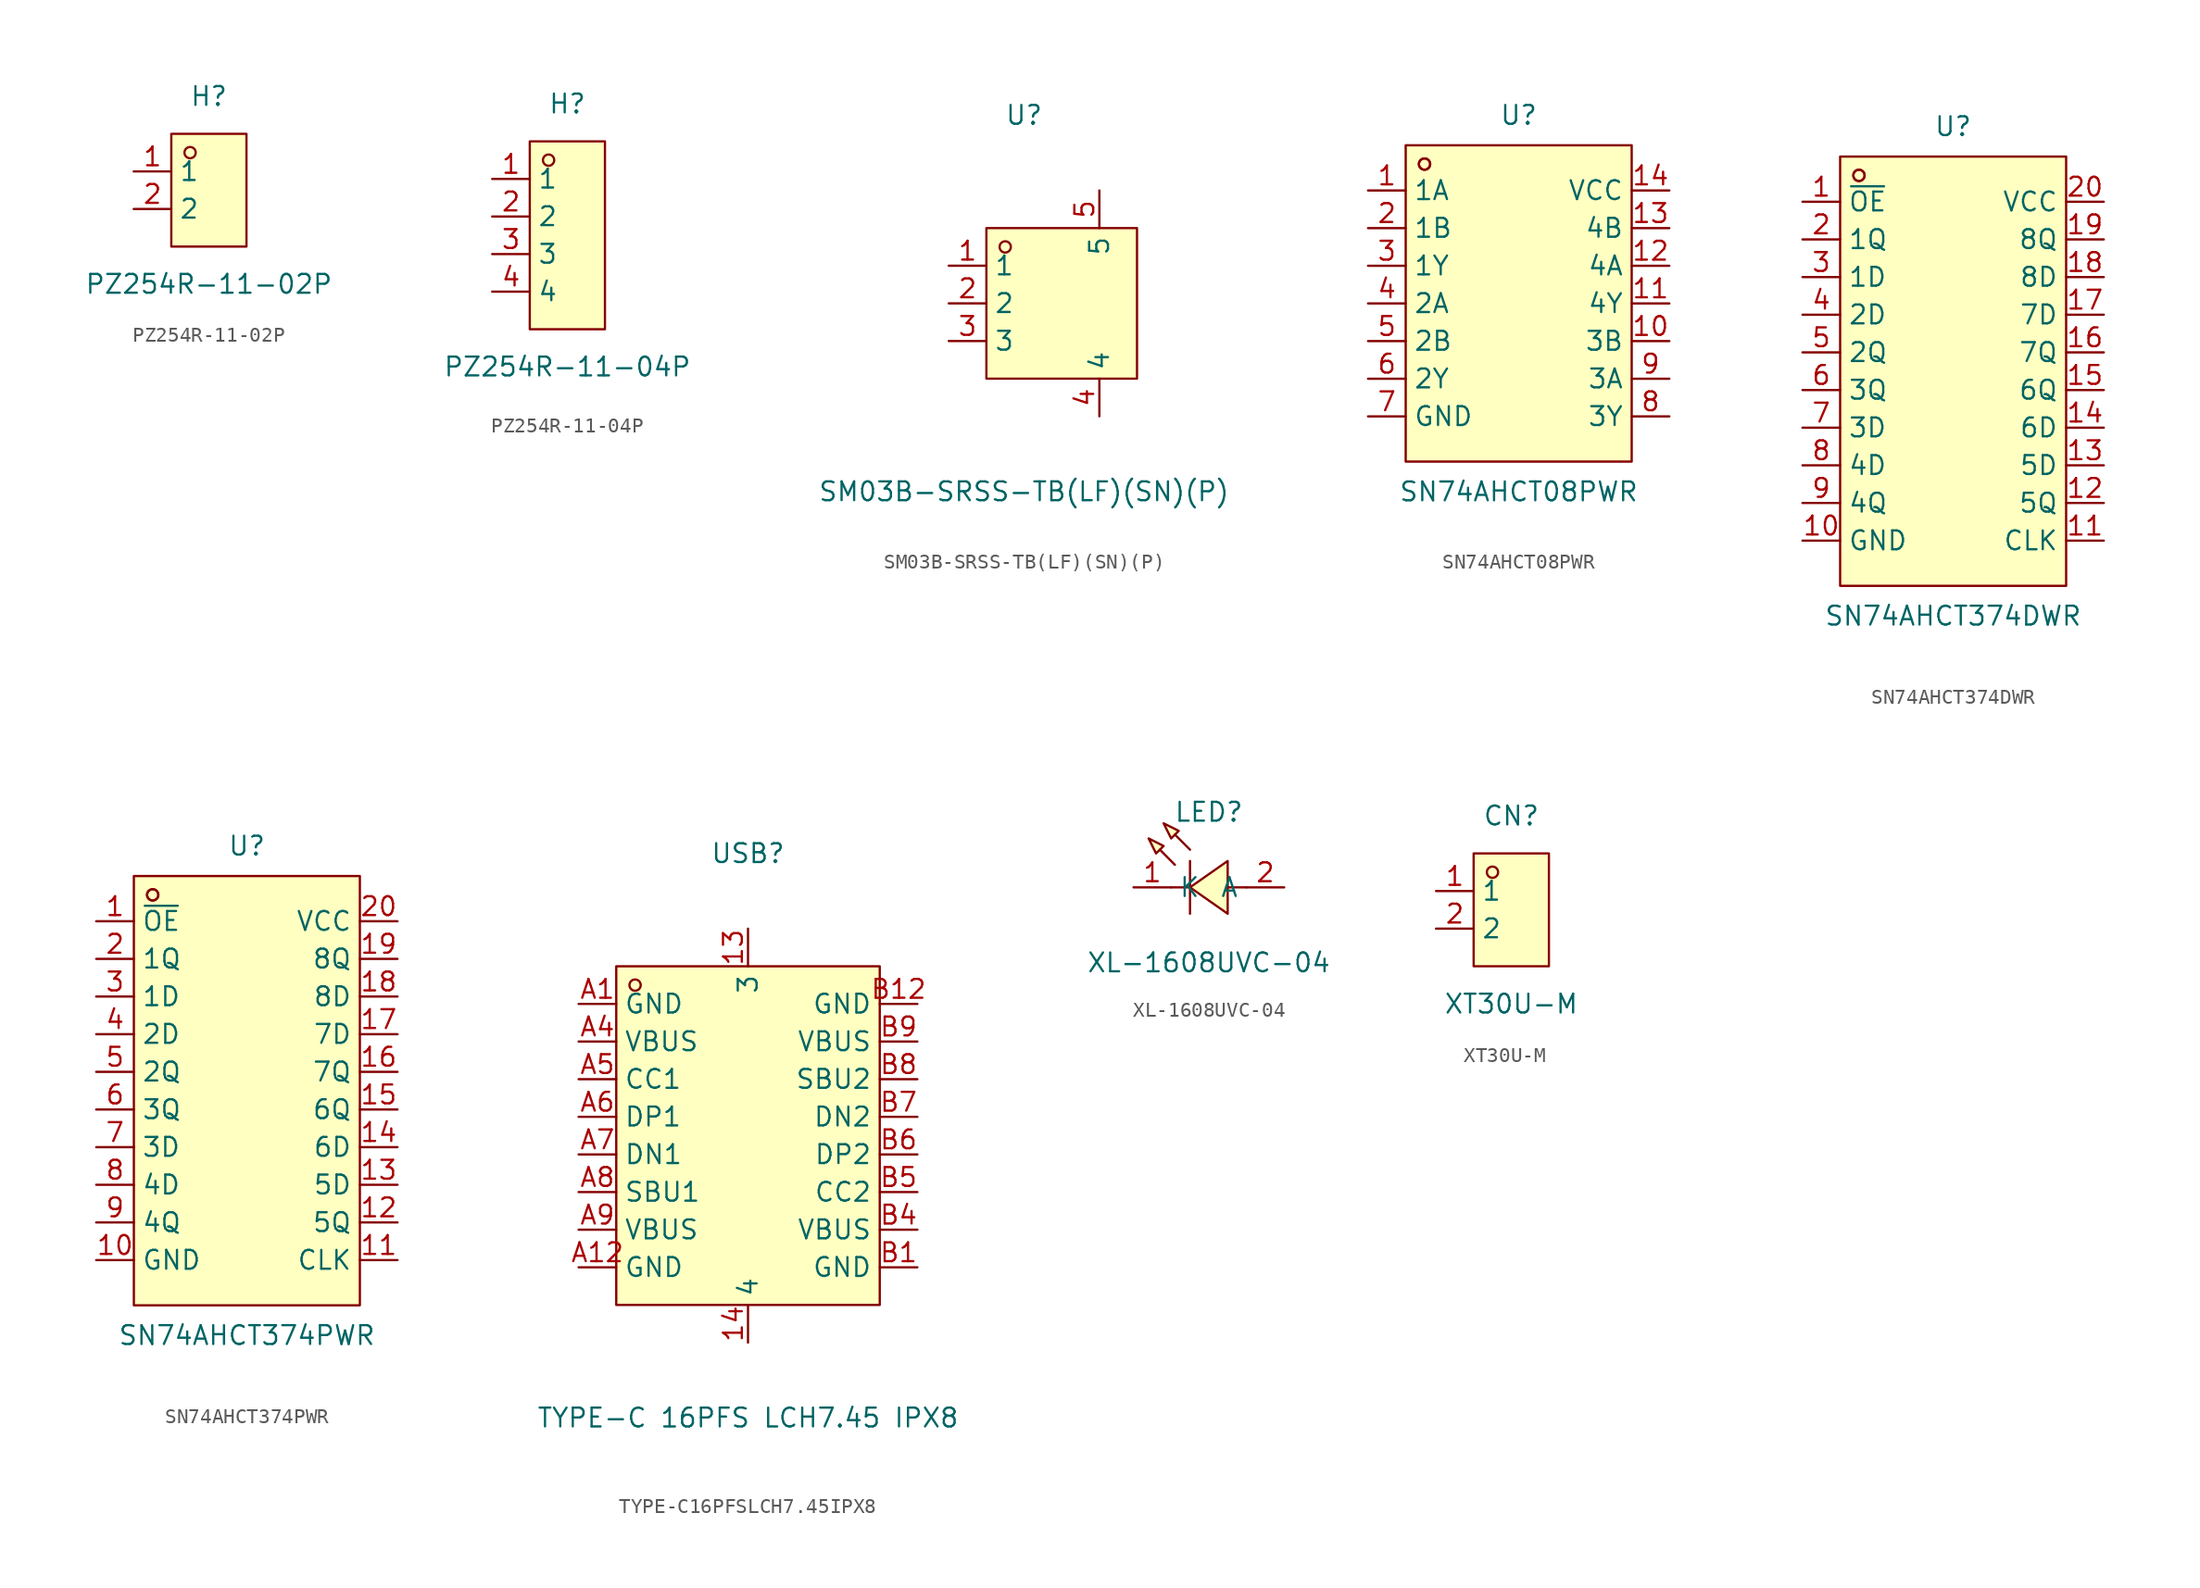
<source format=kicad_sym>
(kicad_symbol_lib
  (version 20241209)
  (generator "kicad_symbol_editor")
  (generator_version "9.0")
  (symbol "PZ254R-11-02P"
    (property "Reference" "H"
      (at 0 6.35 0)
      (effects (font (size 1.27 1.27))))
    (property "Value" "PZ254R-11-02P"
      (at 0 -6.35 0)
      (effects (font (size 1.27 1.27))))
    (symbol "PZ254R-11-02P_0_1"
      (rectangle (start -2.54 3.81) (end 2.54 -3.81) (stroke (width 0) (type default)) (fill (type background)))
      (circle (center -1.27 2.54) (radius 0.38) (stroke (width 0) (type default)) (fill (type none)))
      (pin unspecified line (at -5.08 1.27 0) (length 2.54) (name "1" (effects (font (size 1.27 1.27)))) (number "1" (effects (font (size 1.27 1.27)))))
      (pin unspecified line (at -5.08 -1.27 0) (length 2.54) (name "2" (effects (font (size 1.27 1.27)))) (number "2" (effects (font (size 1.27 1.27)))))))
  (symbol "PZ254R-11-04P"
    (property "Reference" "H"
      (at 0 8.89 0)
      (effects (font (size 1.27 1.27))))
    (property "Value" "PZ254R-11-04P"
      (at 0 -8.89 0)
      (effects (font (size 1.27 1.27))))
    (symbol "PZ254R-11-04P_0_1"
      (rectangle (start -2.54 6.35) (end 2.54 -6.35) (stroke (width 0) (type default)) (fill (type background)))
      (circle (center -1.27 5.08) (radius 0.38) (stroke (width 0) (type default)) (fill (type none)))
      (pin unspecified line (at -5.08 3.81 0) (length 2.54) (name "1" (effects (font (size 1.27 1.27)))) (number "1" (effects (font (size 1.27 1.27)))))
      (pin unspecified line (at -5.08 1.27 0) (length 2.54) (name "2" (effects (font (size 1.27 1.27)))) (number "2" (effects (font (size 1.27 1.27)))))
      (pin unspecified line (at -5.08 -1.27 0) (length 2.54) (name "3" (effects (font (size 1.27 1.27)))) (number "3" (effects (font (size 1.27 1.27)))))
      (pin unspecified line (at -5.08 -3.81 0) (length 2.54) (name "4" (effects (font (size 1.27 1.27)))) (number "4" (effects (font (size 1.27 1.27)))))))
  (symbol "SM03B-SRSS-TB(LF)(SN)(P)"
    (property "Reference" "U"
      (at 0 12.7 0)
      (effects (font (size 1.27 1.27))))
    (property "Value" "SM03B-SRSS-TB(LF)(SN)(P)"
      (at 0 -12.7 0)
      (effects (font (size 1.27 1.27))))
    (symbol "SM03B-SRSS-TB(LF)(SN)(P)_0_1"
      (rectangle (start -2.54 5.08) (end 7.62 -5.08) (stroke (width 0) (type default)) (fill (type background)))
      (circle (center -1.27 3.81) (radius 0.38) (stroke (width 0) (type default)) (fill (type none)))
      (pin unspecified line (at -5.08 2.54 0) (length 2.54) (name "1" (effects (font (size 1.27 1.27)))) (number "1" (effects (font (size 1.27 1.27)))))
      (pin unspecified line (at -5.08 0 0) (length 2.54) (name "2" (effects (font (size 1.27 1.27)))) (number "2" (effects (font (size 1.27 1.27)))))
      (pin unspecified line (at -5.08 -2.54 0) (length 2.54) (name "3" (effects (font (size 1.27 1.27)))) (number "3" (effects (font (size 1.27 1.27)))))
      (pin unspecified line (at 5.08 7.62 270) (length 2.54) (name "5" (effects (font (size 1.27 1.27)))) (number "5" (effects (font (size 1.27 1.27)))))
      (pin unspecified line (at 5.08 -7.62 90) (length 2.54) (name "4" (effects (font (size 1.27 1.27)))) (number "4" (effects (font (size 1.27 1.27)))))))
  (symbol "SN74AHCT08PWR"
    (property "Reference" "U"
      (at 0 12.70 0)
      (effects (font (size 1.27 1.27))))
    (property "Value" "SN74AHCT08PWR"
      (at 0 -12.70 0)
      (effects (font (size 1.27 1.27))))
    (symbol "SN74AHCT08PWR_0_1"
      (rectangle (start -7.62 10.67) (end 7.62 -10.67) (stroke (width 0) (type default) (color 0 0 0 0)) (fill (type background)))
      (circle (center -6.35 9.40) (radius 0.38) (stroke (width 0) (type default) (color 0 0 0 0)) (fill (type none)))
      (circle (center -6.35 9.40) (radius 0.38) (stroke (width 0) (type default) (color 0 0 0 0)) (fill (type none)))
      (pin unspecified line (at -10.16 7.62 0) (length 2.54) (name "1A" (effects (font (size 1.27 1.27)))) (number "1" (effects (font (size 1.27 1.27)))))
      (pin unspecified line (at -10.16 5.08 0) (length 2.54) (name "1B" (effects (font (size 1.27 1.27)))) (number "2" (effects (font (size 1.27 1.27)))))
      (pin unspecified line (at -10.16 2.54 0) (length 2.54) (name "1Y" (effects (font (size 1.27 1.27)))) (number "3" (effects (font (size 1.27 1.27)))))
      (pin unspecified line (at -10.16 -0.00 0) (length 2.54) (name "2A" (effects (font (size 1.27 1.27)))) (number "4" (effects (font (size 1.27 1.27)))))
      (pin unspecified line (at -10.16 -2.54 0) (length 2.54) (name "2B" (effects (font (size 1.27 1.27)))) (number "5" (effects (font (size 1.27 1.27)))))
      (pin unspecified line (at -10.16 -5.08 0) (length 2.54) (name "2Y" (effects (font (size 1.27 1.27)))) (number "6" (effects (font (size 1.27 1.27)))))
      (pin unspecified line (at -10.16 -7.62 0) (length 2.54) (name "GND" (effects (font (size 1.27 1.27)))) (number "7" (effects (font (size 1.27 1.27)))))
      (pin unspecified line (at 10.16 -7.62 180) (length 2.54) (name "3Y" (effects (font (size 1.27 1.27)))) (number "8" (effects (font (size 1.27 1.27)))))
      (pin unspecified line (at 10.16 -5.08 180) (length 2.54) (name "3A" (effects (font (size 1.27 1.27)))) (number "9" (effects (font (size 1.27 1.27)))))
      (pin unspecified line (at 10.16 -2.54 180) (length 2.54) (name "3B" (effects (font (size 1.27 1.27)))) (number "10" (effects (font (size 1.27 1.27)))))
      (pin unspecified line (at 10.16 -0.00 180) (length 2.54) (name "4Y" (effects (font (size 1.27 1.27)))) (number "11" (effects (font (size 1.27 1.27)))))
      (pin unspecified line (at 10.16 2.54 180) (length 2.54) (name "4A" (effects (font (size 1.27 1.27)))) (number "12" (effects (font (size 1.27 1.27)))))
      (pin unspecified line (at 10.16 5.08 180) (length 2.54) (name "4B" (effects (font (size 1.27 1.27)))) (number "13" (effects (font (size 1.27 1.27)))))
      (pin unspecified line (at 10.16 7.62 180) (length 2.54) (name "VCC" (effects (font (size 1.27 1.27)))) (number "14" (effects (font (size 1.27 1.27)))))))
  (symbol "SN74AHCT374DWR"
    (property "Reference" "U"
      (at 0 16.51 0)
      (effects (font (size 1.27 1.27))))
    (property "Value" "SN74AHCT374DWR"
      (at 0 -16.51 0)
      (effects (font (size 1.27 1.27))))
    (symbol "SN74AHCT374DWR_0_1"
      (rectangle (start -7.62 14.48) (end 7.62 -14.48) (stroke (width 0) (type default)) (fill (type background)))
      (circle (center -6.35 13.21) (radius 0.38) (stroke (width 0) (type default)) (fill (type none)))
      (circle (center -6.35 13.21) (radius 0.38) (stroke (width 0) (type default)) (fill (type none)))
      (pin unspecified line (at -10.16 11.43 0) (length 2.54) (name "~{OE}" (effects (font (size 1.27 1.27)))) (number "1" (effects (font (size 1.27 1.27)))))
      (pin unspecified line (at -10.16 8.89 0) (length 2.54) (name "1Q" (effects (font (size 1.27 1.27)))) (number "2" (effects (font (size 1.27 1.27)))))
      (pin unspecified line (at -10.16 6.35 0) (length 2.54) (name "1D" (effects (font (size 1.27 1.27)))) (number "3" (effects (font (size 1.27 1.27)))))
      (pin unspecified line (at -10.16 3.81 0) (length 2.54) (name "2D" (effects (font (size 1.27 1.27)))) (number "4" (effects (font (size 1.27 1.27)))))
      (pin unspecified line (at -10.16 1.27 0) (length 2.54) (name "2Q" (effects (font (size 1.27 1.27)))) (number "5" (effects (font (size 1.27 1.27)))))
      (pin unspecified line (at -10.16 -1.27 0) (length 2.54) (name "3Q" (effects (font (size 1.27 1.27)))) (number "6" (effects (font (size 1.27 1.27)))))
      (pin unspecified line (at -10.16 -3.81 0) (length 2.54) (name "3D" (effects (font (size 1.27 1.27)))) (number "7" (effects (font (size 1.27 1.27)))))
      (pin unspecified line (at -10.16 -6.35 0) (length 2.54) (name "4D" (effects (font (size 1.27 1.27)))) (number "8" (effects (font (size 1.27 1.27)))))
      (pin unspecified line (at -10.16 -8.89 0) (length 2.54) (name "4Q" (effects (font (size 1.27 1.27)))) (number "9" (effects (font (size 1.27 1.27)))))
      (pin unspecified line (at -10.16 -11.43 0) (length 2.54) (name "GND" (effects (font (size 1.27 1.27)))) (number "10" (effects (font (size 1.27 1.27)))))
      (pin unspecified line (at 10.16 11.43 180) (length 2.54) (name "VCC" (effects (font (size 1.27 1.27)))) (number "20" (effects (font (size 1.27 1.27)))))
      (pin unspecified line (at 10.16 8.89 180) (length 2.54) (name "8Q" (effects (font (size 1.27 1.27)))) (number "19" (effects (font (size 1.27 1.27)))))
      (pin unspecified line (at 10.16 6.35 180) (length 2.54) (name "8D" (effects (font (size 1.27 1.27)))) (number "18" (effects (font (size 1.27 1.27)))))
      (pin unspecified line (at 10.16 3.81 180) (length 2.54) (name "7D" (effects (font (size 1.27 1.27)))) (number "17" (effects (font (size 1.27 1.27)))))
      (pin unspecified line (at 10.16 1.27 180) (length 2.54) (name "7Q" (effects (font (size 1.27 1.27)))) (number "16" (effects (font (size 1.27 1.27)))))
      (pin unspecified line (at 10.16 -1.27 180) (length 2.54) (name "6Q" (effects (font (size 1.27 1.27)))) (number "15" (effects (font (size 1.27 1.27)))))
      (pin unspecified line (at 10.16 -3.81 180) (length 2.54) (name "6D" (effects (font (size 1.27 1.27)))) (number "14" (effects (font (size 1.27 1.27)))))
      (pin unspecified line (at 10.16 -6.35 180) (length 2.54) (name "5D" (effects (font (size 1.27 1.27)))) (number "13" (effects (font (size 1.27 1.27)))))
      (pin unspecified line (at 10.16 -8.89 180) (length 2.54) (name "5Q" (effects (font (size 1.27 1.27)))) (number "12" (effects (font (size 1.27 1.27)))))
      (pin unspecified line (at 10.16 -11.43 180) (length 2.54) (name "CLK" (effects (font (size 1.27 1.27)))) (number "11" (effects (font (size 1.27 1.27)))))))
  (symbol "SN74AHCT374PWR"
    (property "Reference" "U"
      (at 0 16.51 0)
      (effects (font (size 1.27 1.27))))
    (property "Value" "SN74AHCT374PWR"
      (at 0 -16.51 0)
      (effects (font (size 1.27 1.27))))
    (symbol "SN74AHCT374PWR_0_1"
      (rectangle (start -7.62 14.48) (end 7.62 -14.48) (stroke (width 0) (type default) (color 0 0 0 0)) (fill (type background)))
      (circle (center -6.35 13.21) (radius 0.38) (stroke (width 0) (type default) (color 0 0 0 0)) (fill (type none)))
      (circle (center -6.35 13.21) (radius 0.38) (stroke (width 0) (type default) (color 0 0 0 0)) (fill (type none)))
      (pin unspecified line (at -10.16 11.43 0) (length 2.54) (name "~{OE}" (effects (font (size 1.27 1.27)))) (number "1" (effects (font (size 1.27 1.27)))))
      (pin unspecified line (at -10.16 8.89 0) (length 2.54) (name "1Q" (effects (font (size 1.27 1.27)))) (number "2" (effects (font (size 1.27 1.27)))))
      (pin unspecified line (at -10.16 6.35 0) (length 2.54) (name "1D" (effects (font (size 1.27 1.27)))) (number "3" (effects (font (size 1.27 1.27)))))
      (pin unspecified line (at -10.16 3.81 0) (length 2.54) (name "2D" (effects (font (size 1.27 1.27)))) (number "4" (effects (font (size 1.27 1.27)))))
      (pin unspecified line (at -10.16 1.27 0) (length 2.54) (name "2Q" (effects (font (size 1.27 1.27)))) (number "5" (effects (font (size 1.27 1.27)))))
      (pin unspecified line (at -10.16 -1.27 0) (length 2.54) (name "3Q" (effects (font (size 1.27 1.27)))) (number "6" (effects (font (size 1.27 1.27)))))
      (pin unspecified line (at -10.16 -3.81 0) (length 2.54) (name "3D" (effects (font (size 1.27 1.27)))) (number "7" (effects (font (size 1.27 1.27)))))
      (pin unspecified line (at -10.16 -6.35 0) (length 2.54) (name "4D" (effects (font (size 1.27 1.27)))) (number "8" (effects (font (size 1.27 1.27)))))
      (pin unspecified line (at -10.16 -8.89 0) (length 2.54) (name "4Q" (effects (font (size 1.27 1.27)))) (number "9" (effects (font (size 1.27 1.27)))))
      (pin unspecified line (at -10.16 -11.43 0) (length 2.54) (name "GND" (effects (font (size 1.27 1.27)))) (number "10" (effects (font (size 1.27 1.27)))))
      (pin unspecified line (at 10.16 -11.43 180) (length 2.54) (name "CLK" (effects (font (size 1.27 1.27)))) (number "11" (effects (font (size 1.27 1.27)))))
      (pin unspecified line (at 10.16 -8.89 180) (length 2.54) (name "5Q" (effects (font (size 1.27 1.27)))) (number "12" (effects (font (size 1.27 1.27)))))
      (pin unspecified line (at 10.16 -6.35 180) (length 2.54) (name "5D" (effects (font (size 1.27 1.27)))) (number "13" (effects (font (size 1.27 1.27)))))
      (pin unspecified line (at 10.16 -3.81 180) (length 2.54) (name "6D" (effects (font (size 1.27 1.27)))) (number "14" (effects (font (size 1.27 1.27)))))
      (pin unspecified line (at 10.16 -1.27 180) (length 2.54) (name "6Q" (effects (font (size 1.27 1.27)))) (number "15" (effects (font (size 1.27 1.27)))))
      (pin unspecified line (at 10.16 1.27 180) (length 2.54) (name "7Q" (effects (font (size 1.27 1.27)))) (number "16" (effects (font (size 1.27 1.27)))))
      (pin unspecified line (at 10.16 3.81 180) (length 2.54) (name "7D" (effects (font (size 1.27 1.27)))) (number "17" (effects (font (size 1.27 1.27)))))
      (pin unspecified line (at 10.16 6.35 180) (length 2.54) (name "8D" (effects (font (size 1.27 1.27)))) (number "18" (effects (font (size 1.27 1.27)))))
      (pin unspecified line (at 10.16 8.89 180) (length 2.54) (name "8Q" (effects (font (size 1.27 1.27)))) (number "19" (effects (font (size 1.27 1.27)))))
      (pin unspecified line (at 10.16 11.43 180) (length 2.54) (name "VCC" (effects (font (size 1.27 1.27)))) (number "20" (effects (font (size 1.27 1.27)))))))
  (symbol "TYPE-C16PFSLCH7.45IPX8"
    (property "Reference" "USB"
      (at 0 19.05 0)
      (effects (font (size 1.27 1.27))))
    (property "Value" "TYPE-C 16PFS LCH7.45 IPX8"
      (at 0 -19.05 0)
      (effects (font (size 1.27 1.27))))
    (symbol "TYPE-C16PFSLCH7.45IPX8_0_1"
      (rectangle (start -8.89 11.43) (end 8.89 -11.43) (stroke (width 0) (type default) (color 0 0 0 0)) (fill (type background)))
      (circle (center -7.62 10.16) (radius 0.38) (stroke (width 0) (type default) (color 0 0 0 0)) (fill (type none)))
      (pin unspecified line (at -11.43 8.89 0) (length 2.54) (name "GND" (effects (font (size 1.27 1.27)))) (number "A1" (effects (font (size 1.27 1.27)))))
      (pin unspecified line (at -11.43 6.35 0) (length 2.54) (name "VBUS" (effects (font (size 1.27 1.27)))) (number "A4" (effects (font (size 1.27 1.27)))))
      (pin unspecified line (at -11.43 3.81 0) (length 2.54) (name "CC1" (effects (font (size 1.27 1.27)))) (number "A5" (effects (font (size 1.27 1.27)))))
      (pin unspecified line (at -11.43 1.27 0) (length 2.54) (name "DP1" (effects (font (size 1.27 1.27)))) (number "A6" (effects (font (size 1.27 1.27)))))
      (pin unspecified line (at -11.43 -1.27 0) (length 2.54) (name "DN1" (effects (font (size 1.27 1.27)))) (number "A7" (effects (font (size 1.27 1.27)))))
      (pin unspecified line (at -11.43 -3.81 0) (length 2.54) (name "SBU1" (effects (font (size 1.27 1.27)))) (number "A8" (effects (font (size 1.27 1.27)))))
      (pin unspecified line (at -11.43 -6.35 0) (length 2.54) (name "VBUS" (effects (font (size 1.27 1.27)))) (number "A9" (effects (font (size 1.27 1.27)))))
      (pin unspecified line (at -11.43 -8.89 0) (length 2.54) (name "GND" (effects (font (size 1.27 1.27)))) (number "A12" (effects (font (size 1.27 1.27)))))
      (pin unspecified line (at 11.43 -8.89 180) (length 2.54) (name "GND" (effects (font (size 1.27 1.27)))) (number "B1" (effects (font (size 1.27 1.27)))))
      (pin unspecified line (at 11.43 -6.35 180) (length 2.54) (name "VBUS" (effects (font (size 1.27 1.27)))) (number "B4" (effects (font (size 1.27 1.27)))))
      (pin unspecified line (at 11.43 -3.81 180) (length 2.54) (name "CC2" (effects (font (size 1.27 1.27)))) (number "B5" (effects (font (size 1.27 1.27)))))
      (pin unspecified line (at 11.43 -1.27 180) (length 2.54) (name "DP2" (effects (font (size 1.27 1.27)))) (number "B6" (effects (font (size 1.27 1.27)))))
      (pin unspecified line (at 11.43 1.27 180) (length 2.54) (name "DN2" (effects (font (size 1.27 1.27)))) (number "B7" (effects (font (size 1.27 1.27)))))
      (pin unspecified line (at 11.43 3.81 180) (length 2.54) (name "SBU2" (effects (font (size 1.27 1.27)))) (number "B8" (effects (font (size 1.27 1.27)))))
      (pin unspecified line (at 11.43 6.35 180) (length 2.54) (name "VBUS" (effects (font (size 1.27 1.27)))) (number "B9" (effects (font (size 1.27 1.27)))))
      (pin unspecified line (at 11.43 8.89 180) (length 2.54) (name "GND" (effects (font (size 1.27 1.27)))) (number "B12" (effects (font (size 1.27 1.27)))))
      (pin unspecified line (at 0.00 13.97 270) (length 2.54) (name "3" (effects (font (size 1.27 1.27)))) (number "13" (effects (font (size 1.27 1.27)))))
      (pin unspecified line (at 0.00 -13.97 90) (length 2.54) (name "4" (effects (font (size 1.27 1.27)))) (number "14" (effects (font (size 1.27 1.27)))))))
  (symbol "XL-1608UVC-04"
    (property "Reference" "LED"
      (at 0 5.08 0)
      (effects (font (size 1.27 1.27))))
    (property "Value" "XL-1608UVC-04"
      (at 0 -5.08 0)
      (effects (font (size 1.27 1.27))))
    (symbol "XL-1608UVC-04_0_1"
      (polyline (pts (xy -4.06 3.30) (xy -3.05 2.79) (xy -3.56 2.29) (xy -4.06 3.30)) (stroke (width 0) (type default) (color 0 0 0 0)) (fill (type background)))
      (polyline (pts (xy -3.05 4.32) (xy -2.03 3.81) (xy -2.54 3.30) (xy -3.05 4.32)) (stroke (width 0) (type default) (color 0 0 0 0)) (fill (type background)))
      (polyline (pts (xy 1.27 1.78) (xy -1.27 -0.00) (xy 1.27 -1.78) (xy 1.27 1.78)) (stroke (width 0) (type default) (color 0 0 0 0)) (fill (type background)))
      (polyline (pts (xy -2.29 1.52) (xy -3.30 2.54) (xy -2.29 1.52)) (stroke (width 0) (type default) (color 0 0 0 0)) (fill (type background)))
      (polyline (pts (xy -1.27 2.54) (xy -2.29 3.56) (xy -1.27 2.54)) (stroke (width 0) (type default) (color 0 0 0 0)) (fill (type background)))
      (polyline (pts (xy -1.27 -0.00) (xy -2.54 -0.00)) (stroke (width 0) (type default) (color 0 0 0 0)) (fill (type none)))
      (polyline (pts (xy 2.54 -0.00) (xy 1.27 -0.00)) (stroke (width 0) (type default) (color 0 0 0 0)) (fill (type none)))
      (polyline (pts (xy -1.27 1.78) (xy -1.27 -1.78)) (stroke (width 0) (type default) (color 0 0 0 0)) (fill (type none)))
      (pin unspecified line (at -5.08 -0.00 0) (length 2.54) (name "K" (effects (font (size 1.27 1.27)))) (number "1" (effects (font (size 1.27 1.27)))))
      (pin unspecified line (at 5.08 -0.00 180) (length 2.54) (name "A" (effects (font (size 1.27 1.27)))) (number "2" (effects (font (size 1.27 1.27)))))))
  (symbol "XT30U-M"
    (property "Reference" "CN"
      (at 0 6.35 0)
      (effects (font (size 1.27 1.27))))
    (property "Value" "XT30U-M"
      (at 0 -6.35 0)
      (effects (font (size 1.27 1.27))))
    (symbol "XT30U-M_0_1"
      (rectangle (start -2.54 3.81) (end 2.54 -3.81) (stroke (width 0) (type default) (color 0 0 0 0)) (fill (type background)))
      (circle (center -1.27 2.54) (radius 0.38) (stroke (width 0) (type default) (color 0 0 0 0)) (fill (type none)))
      (pin unspecified line (at -5.08 1.27 0) (length 2.54) (name "1" (effects (font (size 1.27 1.27)))) (number "1" (effects (font (size 1.27 1.27)))))
      (pin unspecified line (at -5.08 -1.27 0) (length 2.54) (name "2" (effects (font (size 1.27 1.27)))) (number "2" (effects (font (size 1.27 1.27))))))))
</source>
